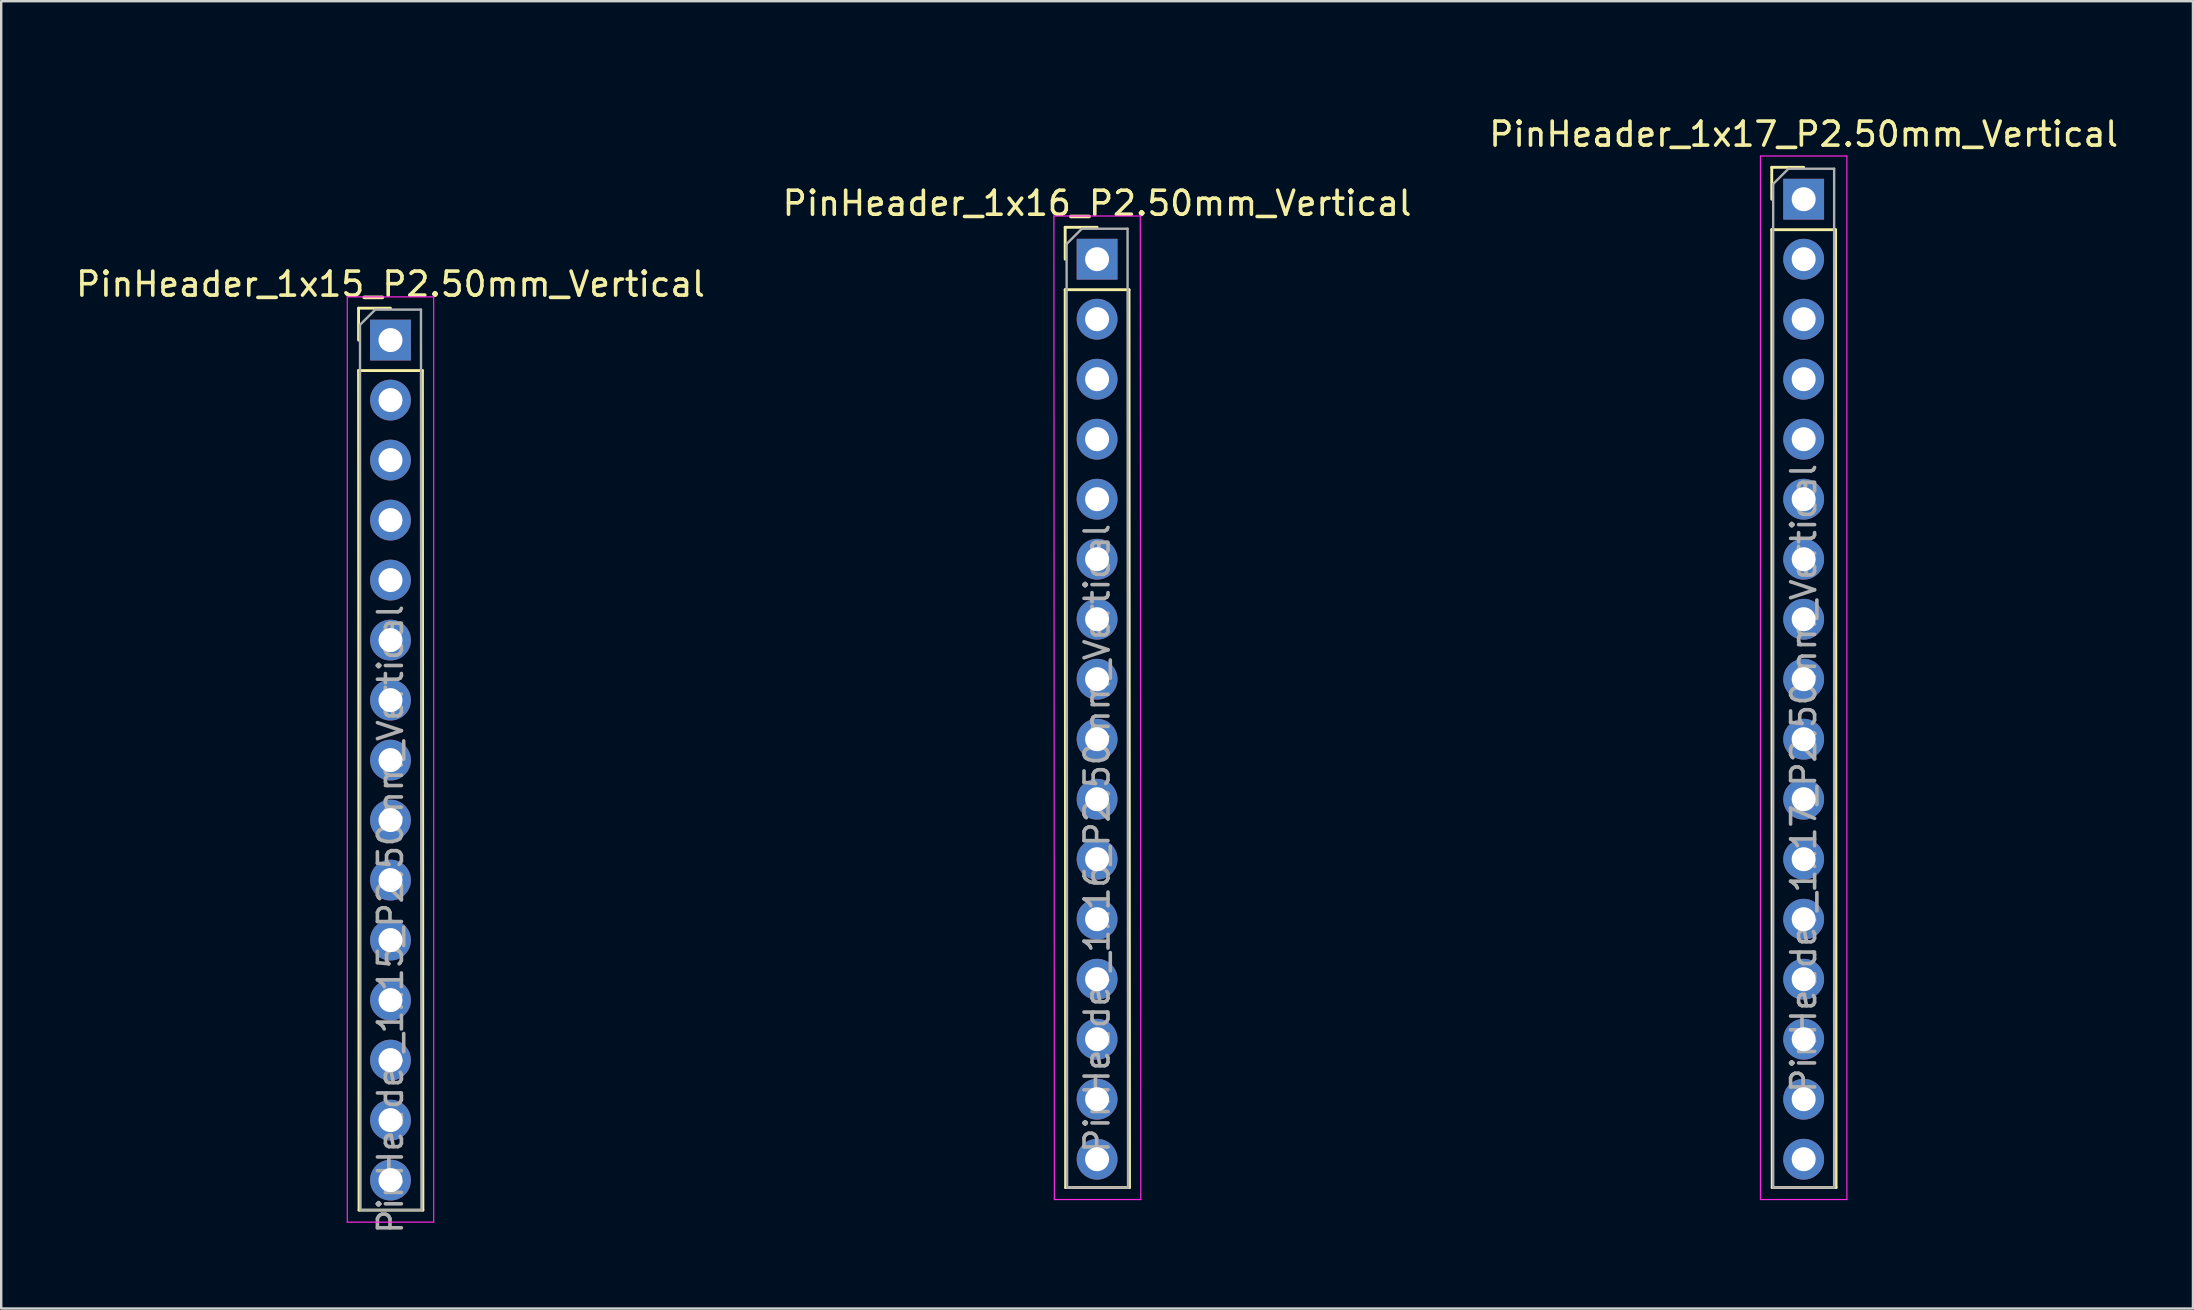
<source format=kicad_pcb>
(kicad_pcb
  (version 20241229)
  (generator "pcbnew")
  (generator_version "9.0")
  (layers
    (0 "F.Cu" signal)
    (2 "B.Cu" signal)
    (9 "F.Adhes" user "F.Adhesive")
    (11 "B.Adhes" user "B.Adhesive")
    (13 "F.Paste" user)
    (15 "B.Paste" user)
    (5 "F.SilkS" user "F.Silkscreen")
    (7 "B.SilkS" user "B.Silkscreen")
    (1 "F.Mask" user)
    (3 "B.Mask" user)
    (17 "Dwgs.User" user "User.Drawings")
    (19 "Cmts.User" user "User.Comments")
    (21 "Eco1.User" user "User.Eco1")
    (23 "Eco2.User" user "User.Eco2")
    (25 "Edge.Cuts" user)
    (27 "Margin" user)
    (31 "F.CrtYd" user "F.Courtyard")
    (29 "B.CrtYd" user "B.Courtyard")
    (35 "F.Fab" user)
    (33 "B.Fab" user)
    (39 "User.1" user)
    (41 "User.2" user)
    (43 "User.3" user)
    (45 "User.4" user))
  (footprint "PinHeader_1x17_P2.50mm_Vertical"
    (layer "F.Cu")
    (at 72.101 0.25)
    (property "Reference" "PinHeader_1x17_P2.50mm_Vertical" (at 0 2.29 0) (layer "F.SilkS") (effects (font (size 1 1) (thickness 0.15))))
    (attr through_hole)
    (fp_line (start -1.33 3.67) (end 0 3.67) (stroke (width 0.12) (type solid)) (layer "F.SilkS"))
    (fp_line (start -1.33 5) (end -1.33 3.67) (stroke (width 0.12) (type solid)) (layer "F.SilkS"))
    (fp_line (start -1.33 6.27) (end -1.31 46.18) (stroke (width 0.12) (type solid)) (layer "F.SilkS"))
    (fp_line (start -1.33 6.27) (end 1.33 6.27) (stroke (width 0.12) (type solid)) (layer "F.SilkS"))
    (fp_line (start -1.31 46.18) (end 1.35 46.18) (stroke (width 0.12) (type solid)) (layer "F.SilkS"))
    (fp_line (start 1.33 6.27) (end 1.35 46.18) (stroke (width 0.12) (type solid)) (layer "F.SilkS"))
    (fp_line (start -1.8 3.2) (end -1.8 46.68) (stroke (width 0.05) (type solid)) (layer "F.CrtYd"))
    (fp_line (start -1.8 46.68) (end 1.8 46.68) (stroke (width 0.05) (type solid)) (layer "F.CrtYd"))
    (fp_line (start 1.8 3.2) (end -1.8 3.2) (stroke (width 0.05) (type solid)) (layer "F.CrtYd"))
    (fp_line (start 1.8 46.68) (end 1.8 3.2) (stroke (width 0.05) (type solid)) (layer "F.CrtYd"))
    (fp_line (start -1.27 4.365) (end -0.635 3.73) (stroke (width 0.1) (type solid)) (layer "F.Fab"))
    (fp_line (start -1.27 46.18) (end -1.27 4.365) (stroke (width 0.1) (type solid)) (layer "F.Fab"))
    (fp_line (start -0.635 3.73) (end 1.27 3.73) (stroke (width 0.1) (type solid)) (layer "F.Fab"))
    (fp_line (start 1.27 3.73) (end 1.27 46.18) (stroke (width 0.1) (type solid)) (layer "F.Fab"))
    (fp_line (start 1.27 46.18) (end -1.27 46.18) (stroke (width 0.1) (type solid)) (layer "F.Fab"))
    (fp_text user "${REFERENCE}" (at 0 29.13 90) (layer "F.Fab") (effects (font (size 1 1) (thickness 0.15))))
    (pad "1" thru_hole rect (at 0 5) (size 1.7 1.7) (drill 1) (layers "*.Cu" "*.Mask"))
    (pad "2" thru_hole oval (at 0 7.5) (size 1.7 1.7) (drill 1) (layers "*.Cu" "*.Mask"))
    (pad "3" thru_hole oval (at 0 10) (size 1.7 1.7) (drill 1) (layers "*.Cu" "*.Mask"))
    (pad "4" thru_hole oval (at 0 12.5) (size 1.7 1.7) (drill 1) (layers "*.Cu" "*.Mask"))
    (pad "5" thru_hole oval (at 0 15) (size 1.7 1.7) (drill 1) (layers "*.Cu" "*.Mask"))
    (pad "6" thru_hole oval (at 0 17.5) (size 1.7 1.7) (drill 1) (layers "*.Cu" "*.Mask"))
    (pad "7" thru_hole oval (at 0 20) (size 1.7 1.7) (drill 1) (layers "*.Cu" "*.Mask"))
    (pad "8" thru_hole oval (at 0 22.5) (size 1.7 1.7) (drill 1) (layers "*.Cu" "*.Mask"))
    (pad "9" thru_hole oval (at 0 25) (size 1.7 1.7) (drill 1) (layers "*.Cu" "*.Mask"))
    (pad "10" thru_hole oval (at 0 27.5) (size 1.7 1.7) (drill 1) (layers "*.Cu" "*.Mask"))
    (pad "11" thru_hole oval (at 0 30) (size 1.7 1.7) (drill 1) (layers "*.Cu" "*.Mask"))
    (pad "12" thru_hole oval (at 0 32.5) (size 1.7 1.7) (drill 1) (layers "*.Cu" "*.Mask"))
    (pad "13" thru_hole oval (at 0 35) (size 1.7 1.7) (drill 1) (layers "*.Cu" "*.Mask"))
    (pad "14" thru_hole oval (at 0 37.5) (size 1.7 1.7) (drill 1) (layers "*.Cu" "*.Mask"))
    (pad "15" thru_hole oval (at 0 40) (size 1.7 1.7) (drill 1) (layers "*.Cu" "*.Mask"))
    (pad "16" thru_hole oval (at 0 42.5) (size 1.7 1.7) (drill 1) (layers "*.Cu" "*.Mask"))
    (pad "17" thru_hole oval (at 0 45) (size 1.7 1.7) (drill 1) (layers "*.Cu" "*.Mask")))
  (footprint "PinHeader_1x15_P2.50mm_Vertical"
    (layer "F.Cu")
    (at 13.22 0.25)
    (property "Reference" "PinHeader_1x15_P2.50mm_Vertical" (at 0 8.54 0) (layer "F.SilkS") (effects (font (size 1 1) (thickness 0.15))))
    (attr through_hole)
    (fp_line (start -1.33 9.54) (end 0 9.54) (stroke (width 0.12) (type solid)) (layer "F.SilkS"))
    (fp_line (start -1.33 10.87) (end -1.33 9.54) (stroke (width 0.12) (type solid)) (layer "F.SilkS"))
    (fp_line (start -1.33 12.14) (end -1.31 47.12) (stroke (width 0.12) (type solid)) (layer "F.SilkS"))
    (fp_line (start -1.33 12.14) (end 1.33 12.14) (stroke (width 0.12) (type solid)) (layer "F.SilkS"))
    (fp_line (start -1.31 47.12) (end 1.35 47.12) (stroke (width 0.12) (type solid)) (layer "F.SilkS"))
    (fp_line (start 1.33 12.14) (end 1.35 47.12) (stroke (width 0.12) (type solid)) (layer "F.SilkS"))
    (fp_line (start -1.8 9.07) (end -1.8 47.62) (stroke (width 0.05) (type solid)) (layer "F.CrtYd"))
    (fp_line (start -1.8 47.62) (end 1.8 47.62) (stroke (width 0.05) (type solid)) (layer "F.CrtYd"))
    (fp_line (start 1.8 9.07) (end -1.8 9.07) (stroke (width 0.05) (type solid)) (layer "F.CrtYd"))
    (fp_line (start 1.8 47.62) (end 1.8 9.07) (stroke (width 0.05) (type solid)) (layer "F.CrtYd"))
    (fp_line (start -1.27 10.235) (end -0.635 9.6) (stroke (width 0.1) (type solid)) (layer "F.Fab"))
    (fp_line (start -1.25 47.12) (end -1.27 10.235) (stroke (width 0.1) (type solid)) (layer "F.Fab"))
    (fp_line (start -0.635 9.6) (end 1.27 9.6) (stroke (width 0.1) (type solid)) (layer "F.Fab"))
    (fp_line (start 1.27 9.6) (end 1.29 47.12) (stroke (width 0.1) (type solid)) (layer "F.Fab"))
    (fp_line (start 1.29 47.12) (end -1.25 47.12) (stroke (width 0.1) (type solid)) (layer "F.Fab"))
    (fp_text user "${REFERENCE}" (at 0 35 90) (layer "F.Fab") (effects (font (size 1 1) (thickness 0.15))))
    (pad "1" thru_hole rect (at 0 10.87) (size 1.7 1.7) (drill 1) (layers "*.Cu" "*.Mask"))
    (pad "2" thru_hole oval (at 0 13.37) (size 1.7 1.7) (drill 1) (layers "*.Cu" "*.Mask"))
    (pad "3" thru_hole oval (at 0 15.87) (size 1.7 1.7) (drill 1) (layers "*.Cu" "*.Mask"))
    (pad "4" thru_hole oval (at 0 18.37) (size 1.7 1.7) (drill 1) (layers "*.Cu" "*.Mask"))
    (pad "5" thru_hole oval (at 0 20.87) (size 1.7 1.7) (drill 1) (layers "*.Cu" "*.Mask"))
    (pad "6" thru_hole oval (at 0 23.37) (size 1.7 1.7) (drill 1) (layers "*.Cu" "*.Mask"))
    (pad "7" thru_hole oval (at 0 25.87) (size 1.7 1.7) (drill 1) (layers "*.Cu" "*.Mask"))
    (pad "8" thru_hole oval (at 0 28.37) (size 1.7 1.7) (drill 1) (layers "*.Cu" "*.Mask"))
    (pad "9" thru_hole oval (at 0 30.87) (size 1.7 1.7) (drill 1) (layers "*.Cu" "*.Mask"))
    (pad "10" thru_hole oval (at 0 33.37) (size 1.7 1.7) (drill 1) (layers "*.Cu" "*.Mask"))
    (pad "11" thru_hole oval (at 0 35.87) (size 1.7 1.7) (drill 1) (layers "*.Cu" "*.Mask"))
    (pad "12" thru_hole oval (at 0 38.37) (size 1.7 1.7) (drill 1) (layers "*.Cu" "*.Mask"))
    (pad "13" thru_hole oval (at 0 40.87) (size 1.7 1.7) (drill 1) (layers "*.Cu" "*.Mask"))
    (pad "14" thru_hole oval (at 0 43.37) (size 1.7 1.7) (drill 1) (layers "*.Cu" "*.Mask"))
    (pad "15" thru_hole oval (at 0 45.87) (size 1.7 1.7) (drill 1) (layers "*.Cu" "*.Mask")))
  (footprint "PinHeader_1x16_P2.50mm_Vertical"
    (layer "F.Cu")
    (at 42.661 0.25)
    (property "Reference" "PinHeader_1x16_P2.50mm_Vertical" (at 0 5.17 0) (layer "F.SilkS") (effects (font (size 1 1) (thickness 0.15))))
    (attr through_hole)
    (fp_line (start -1.33 6.17) (end 0 6.17) (stroke (width 0.12) (type solid)) (layer "F.SilkS"))
    (fp_line (start -1.33 7.5) (end -1.33 6.17) (stroke (width 0.12) (type solid)) (layer "F.SilkS"))
    (fp_line (start -1.33 8.77) (end -1.31 46.18) (stroke (width 0.12) (type solid)) (layer "F.SilkS"))
    (fp_line (start -1.33 8.77) (end 1.33 8.77) (stroke (width 0.12) (type solid)) (layer "F.SilkS"))
    (fp_line (start -1.31 46.18) (end 1.35 46.18) (stroke (width 0.12) (type solid)) (layer "F.SilkS"))
    (fp_line (start 1.33 8.77) (end 1.35 46.18) (stroke (width 0.12) (type solid)) (layer "F.SilkS"))
    (fp_line (start -1.8 5.7) (end -1.78 46.68) (stroke (width 0.05) (type solid)) (layer "F.CrtYd"))
    (fp_line (start -1.78 46.68) (end 1.82 46.68) (stroke (width 0.05) (type solid)) (layer "F.CrtYd"))
    (fp_line (start 1.8 5.7) (end -1.8 5.7) (stroke (width 0.05) (type solid)) (layer "F.CrtYd"))
    (fp_line (start 1.82 46.68) (end 1.8 5.7) (stroke (width 0.05) (type solid)) (layer "F.CrtYd"))
    (fp_line (start -1.27 6.865) (end -0.635 6.23) (stroke (width 0.1) (type solid)) (layer "F.Fab"))
    (fp_line (start -1.25 46.18) (end -1.27 6.865) (stroke (width 0.1) (type solid)) (layer "F.Fab"))
    (fp_line (start -0.635 6.23) (end 1.27 6.23) (stroke (width 0.1) (type solid)) (layer "F.Fab"))
    (fp_line (start 1.27 6.23) (end 1.29 46.18) (stroke (width 0.1) (type solid)) (layer "F.Fab"))
    (fp_line (start 1.29 46.18) (end -1.25 46.18) (stroke (width 0.1) (type solid)) (layer "F.Fab"))
    (fp_text user "${REFERENCE}" (at 0 31.63 90) (layer "F.Fab") (effects (font (size 1 1) (thickness 0.15))))
    (pad "1" thru_hole rect (at 0 7.5) (size 1.7 1.7) (drill 1) (layers "*.Cu" "*.Mask"))
    (pad "2" thru_hole oval (at 0 10) (size 1.7 1.7) (drill 1) (layers "*.Cu" "*.Mask"))
    (pad "3" thru_hole oval (at 0 12.5) (size 1.7 1.7) (drill 1) (layers "*.Cu" "*.Mask"))
    (pad "4" thru_hole oval (at 0 15) (size 1.7 1.7) (drill 1) (layers "*.Cu" "*.Mask"))
    (pad "5" thru_hole oval (at 0 17.5) (size 1.7 1.7) (drill 1) (layers "*.Cu" "*.Mask"))
    (pad "6" thru_hole oval (at 0 20) (size 1.7 1.7) (drill 1) (layers "*.Cu" "*.Mask"))
    (pad "7" thru_hole oval (at 0 22.5) (size 1.7 1.7) (drill 1) (layers "*.Cu" "*.Mask"))
    (pad "8" thru_hole oval (at 0 25) (size 1.7 1.7) (drill 1) (layers "*.Cu" "*.Mask"))
    (pad "9" thru_hole oval (at 0 27.5) (size 1.7 1.7) (drill 1) (layers "*.Cu" "*.Mask"))
    (pad "10" thru_hole oval (at 0 30) (size 1.7 1.7) (drill 1) (layers "*.Cu" "*.Mask"))
    (pad "11" thru_hole oval (at 0 32.5) (size 1.7 1.7) (drill 1) (layers "*.Cu" "*.Mask"))
    (pad "12" thru_hole oval (at 0 35) (size 1.7 1.7) (drill 1) (layers "*.Cu" "*.Mask"))
    (pad "13" thru_hole oval (at 0 37.5) (size 1.7 1.7) (drill 1) (layers "*.Cu" "*.Mask"))
    (pad "14" thru_hole oval (at 0 40) (size 1.7 1.7) (drill 1) (layers "*.Cu" "*.Mask"))
    (pad "15" thru_hole oval (at 0 42.5) (size 1.7 1.7) (drill 1) (layers "*.Cu" "*.Mask"))
    (pad "16" thru_hole oval (at 0 45) (size 1.7 1.7) (drill 1) (layers "*.Cu" "*.Mask")))
  (gr_rect
    (start -3 -3)
    (end 88.321 51.47)
    (stroke (width 0.1) (type default))
    (fill no)
    (layer "Edge.Cuts")))
</source>
